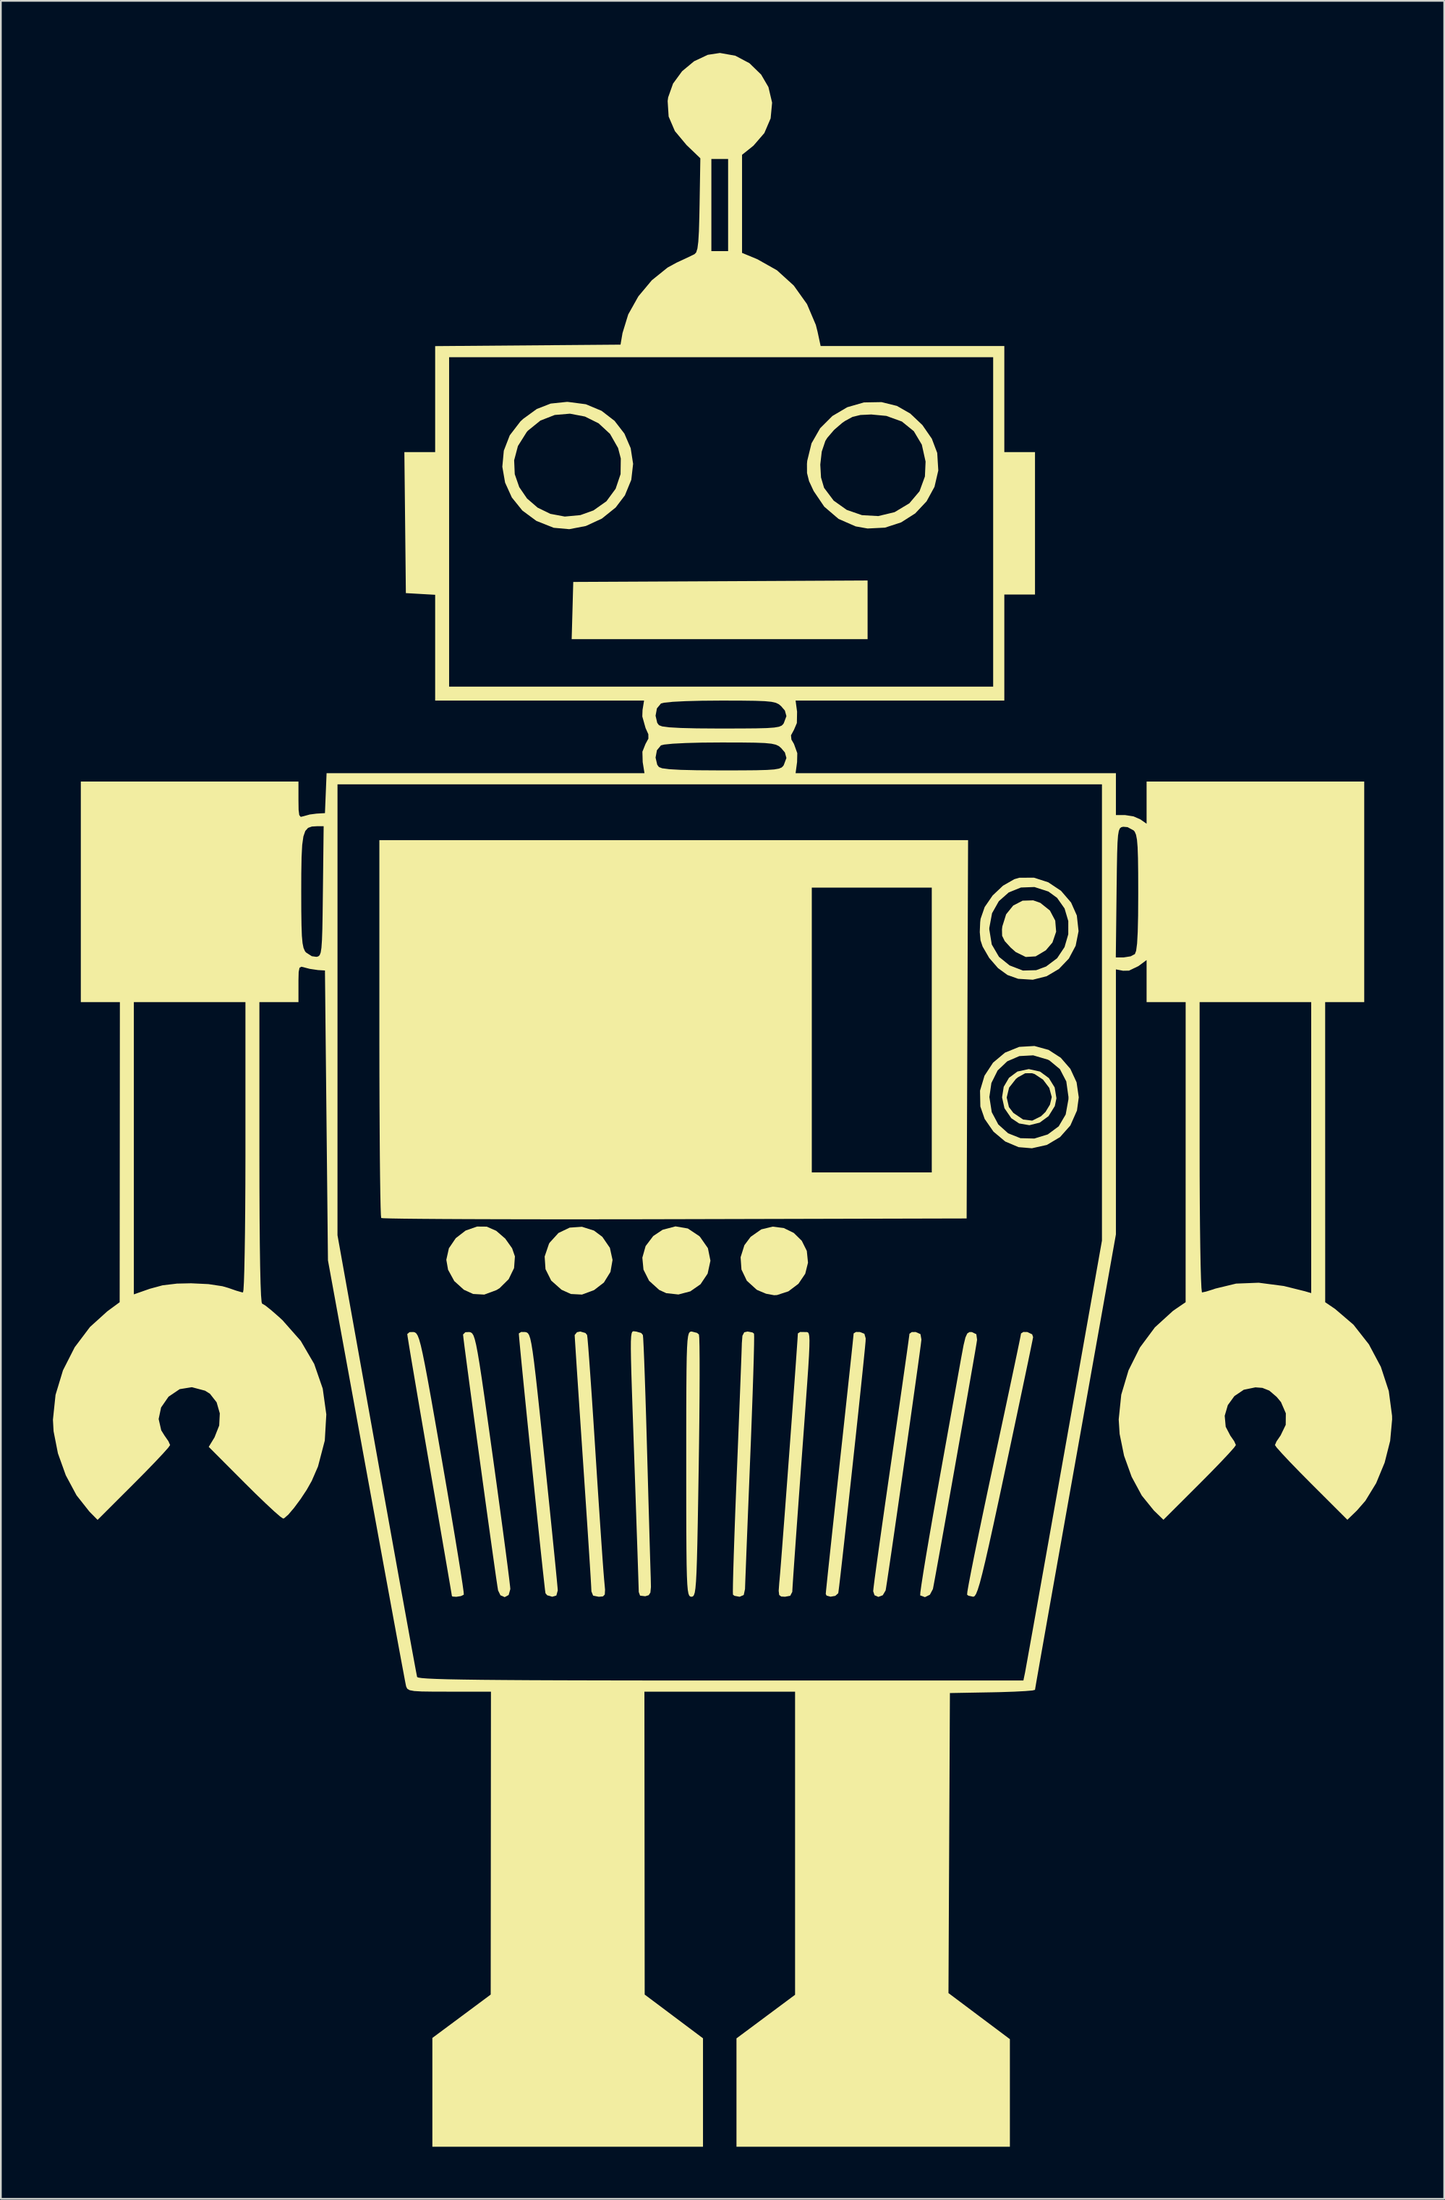
<source format=kicad_pcb>
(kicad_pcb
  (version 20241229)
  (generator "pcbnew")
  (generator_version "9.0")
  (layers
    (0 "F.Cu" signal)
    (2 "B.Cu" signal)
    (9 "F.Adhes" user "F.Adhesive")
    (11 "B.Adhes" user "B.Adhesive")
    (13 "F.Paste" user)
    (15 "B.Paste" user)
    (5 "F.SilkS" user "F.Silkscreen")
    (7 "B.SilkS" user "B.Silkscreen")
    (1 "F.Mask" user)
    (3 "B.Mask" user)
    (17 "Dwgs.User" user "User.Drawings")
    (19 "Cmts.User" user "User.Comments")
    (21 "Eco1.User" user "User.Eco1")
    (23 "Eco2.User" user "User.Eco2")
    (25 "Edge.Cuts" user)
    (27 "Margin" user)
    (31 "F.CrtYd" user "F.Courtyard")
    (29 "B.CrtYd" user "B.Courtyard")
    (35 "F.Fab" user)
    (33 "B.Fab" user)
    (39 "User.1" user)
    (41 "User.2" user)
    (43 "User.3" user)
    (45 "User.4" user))
  (footprint "Robot"
    (layer "F.Cu")
    (at 38.582 60.281)
    (property "Reference" "Robot" (at 0 0 0) (layer "F.SilkS") (effects (font (size 1.524 1.524) (thickness 0.3))))
    (attr board_only exclude_from_pos_files exclude_from_bom)
    (fp_poly (pts (xy 8.359 -26.525) (xy -8.692 -26.525) (xy -8.646 -28.173) (xy -8.601 -29.821) (xy -0.121 -29.862) (xy 8.359 -29.904)) (stroke (width 0) (type solid)) (fill yes) (layer "F.SilkS"))
    (fp_poly (pts (xy -7.407 7.53) (xy -6.925 7.89) (xy -6.49 8.524) (xy -6.337 9.221) (xy -6.457 9.91) (xy -6.837 10.524) (xy -7.401 10.957) (xy -8.098 11.215) (xy -8.738 11.182) (xy -9.276 10.938) (xy -9.87 10.411) (xy -10.2 9.752) (xy -10.249 9.025) (xy -10.001 8.294) (xy -9.963 8.229) (xy -9.454 7.669) (xy -8.808 7.36) (xy -8.101 7.311)) (stroke (width 0) (type solid)) (fill yes) (layer "F.SilkS"))
    (fp_poly (pts (xy -2.001 7.409) (xy -1.347 7.843) (xy -1.298 7.89) (xy -0.843 8.542) (xy -0.696 9.264) (xy -0.858 10.009) (xy -1.268 10.621) (xy -1.856 11.03) (xy -2.541 11.21) (xy -3.243 11.134) (xy -3.649 10.947) (xy -4.232 10.42) (xy -4.555 9.778) (xy -4.62 9.09) (xy -4.432 8.423) (xy -3.994 7.845) (xy -3.453 7.484) (xy -2.711 7.288)) (stroke (width 0) (type solid)) (fill yes) (layer "F.SilkS"))
    (fp_poly (pts (xy 18.312 -11.341) (xy 18.864 -10.899) (xy 19.171 -10.32) (xy 19.223 -9.68) (xy 19.011 -9.058) (xy 18.63 -8.61) (xy 18.042 -8.26) (xy 17.471 -8.225) (xy 16.895 -8.508) (xy 16.602 -8.766) (xy 16.26 -9.141) (xy 16.111 -9.445) (xy 16.102 -9.814) (xy 16.123 -9.987) (xy 16.341 -10.682) (xy 16.749 -11.187) (xy 17.289 -11.467) (xy 17.902 -11.486)) (stroke (width 0) (type solid)) (fill yes) (layer "F.SilkS"))
    (fp_poly (pts (xy -13.588 7.303) (xy -13.042 7.542) (xy -12.522 7.99) (xy -12.126 8.546) (xy -11.962 9.016) (xy -12.011 9.688) (xy -12.323 10.33) (xy -12.844 10.845) (xy -13.031 10.959) (xy -13.729 11.216) (xy -14.371 11.18) (xy -14.903 10.938) (xy -15.457 10.438) (xy -15.815 9.784) (xy -15.915 9.211) (xy -15.766 8.548) (xy -15.371 7.967) (xy -14.805 7.53) (xy -14.143 7.298)) (stroke (width 0) (type solid)) (fill yes) (layer "F.SilkS"))
    (fp_poly (pts (xy 3.531 7.384) (xy 4.108 7.667) (xy 4.567 8.118) (xy 4.857 8.7) (xy 4.925 9.379) (xy 4.766 10.015) (xy 4.375 10.593) (xy 3.797 11.028) (xy 3.142 11.242) (xy 2.974 11.252) (xy 2.508 11.166) (xy 2.01 10.957) (xy 1.96 10.928) (xy 1.4 10.418) (xy 1.091 9.773) (xy 1.042 9.066) (xy 1.26 8.372) (xy 1.62 7.89) (xy 2.235 7.46) (xy 2.889 7.303)) (stroke (width 0) (type solid)) (fill yes) (layer "F.SilkS"))
    (fp_poly (pts (xy 14.108 -4.059) (xy 14.066 6.832) (xy -2.746 6.873) (xy -5.044 6.878) (xy -7.251 6.88) (xy -9.346 6.881) (xy -11.308 6.879) (xy -13.116 6.875) (xy -14.748 6.87) (xy -16.184 6.863) (xy -17.401 6.854) (xy -18.379 6.844) (xy -19.096 6.832) (xy -19.532 6.819) (xy -19.666 6.806) (xy -19.684 6.631) (xy -19.701 6.161) (xy -19.717 5.423) (xy -19.732 4.443) (xy -19.735 4.18) (xy 5.144 4.18) (xy 12.057 4.18) (xy 12.057 -12.218) (xy 5.144 -12.218) (xy 5.144 4.18) (xy -19.735 4.18) (xy -19.745 3.247) (xy -19.755 1.864) (xy -19.764 0.318) (xy -19.77 -1.364) (xy -19.773 -3.154) (xy -19.773 -4.126) (xy -19.773 -14.951) (xy 14.149 -14.951)) (stroke (width 0) (type solid)) (fill yes) (layer "F.SilkS"))
    (fp_poly (pts (xy 18.293 -1.626) (xy 18.805 -1.25) (xy 19.138 -0.712) (xy 19.24 -0.088) (xy 19.147 0.359) (xy 18.787 0.94) (xy 18.273 1.315) (xy 17.682 1.462) (xy 17.09 1.361) (xy 16.638 1.059) (xy 16.244 0.482) (xy 16.109 -0.133) (xy 16.375 -0.133) (xy 16.502 0.418) (xy 16.759 0.755) (xy 17.321 1.135) (xy 17.843 1.199) (xy 18.35 0.948) (xy 18.608 0.701) (xy 18.867 0.276) (xy 18.97 -0.161) (xy 18.828 -0.685) (xy 18.466 -1.164) (xy 17.978 -1.486) (xy 17.83 -1.532) (xy 17.44 -1.529) (xy 17.025 -1.299) (xy 16.905 -1.202) (xy 16.512 -0.702) (xy 16.375 -0.133) (xy 16.109 -0.133) (xy 16.107 -0.143) (xy 16.202 -0.749) (xy 16.506 -1.266) (xy 16.993 -1.629) (xy 17.641 -1.768) (xy 17.654 -1.768)) (stroke (width 0) (type solid)) (fill yes) (layer "F.SilkS"))
    (fp_poly (pts (xy 7.917 13.372) (xy 8.174 13.472) (xy 8.249 13.737) (xy 8.242 13.906) (xy 8.208 14.283) (xy 8.145 14.914) (xy 8.058 15.761) (xy 7.951 16.782) (xy 7.829 17.941) (xy 7.695 19.195) (xy 7.553 20.508) (xy 7.409 21.838) (xy 7.266 23.146) (xy 7.129 24.394) (xy 7.002 25.542) (xy 6.889 26.55) (xy 6.795 27.38) (xy 6.723 27.99) (xy 6.678 28.343) (xy 6.666 28.414) (xy 6.498 28.564) (xy 6.223 28.612) (xy 5.996 28.549) (xy 5.948 28.454) (xy 5.965 28.266) (xy 6.014 27.791) (xy 6.09 27.061) (xy 6.192 26.108) (xy 6.314 24.966) (xy 6.455 23.667) (xy 6.609 22.243) (xy 6.751 20.939) (xy 6.916 19.434) (xy 7.068 18.028) (xy 7.206 16.751) (xy 7.326 15.637) (xy 7.425 14.718) (xy 7.498 14.026) (xy 7.542 13.593) (xy 7.555 13.452) (xy 7.689 13.369)) (stroke (width 0) (type solid)) (fill yes) (layer "F.SilkS"))
    (fp_poly (pts (xy 11.405 13.492) (xy 11.46 13.799) (xy 11.458 13.825) (xy 11.426 14.091) (xy 11.354 14.629) (xy 11.248 15.401) (xy 11.113 16.366) (xy 10.956 17.483) (xy 10.783 18.712) (xy 10.598 20.012) (xy 10.408 21.344) (xy 10.219 22.666) (xy 10.036 23.938) (xy 9.865 25.12) (xy 9.712 26.171) (xy 9.582 27.051) (xy 9.482 27.72) (xy 9.417 28.137) (xy 9.397 28.253) (xy 9.233 28.529) (xy 8.98 28.624) (xy 8.758 28.529) (xy 8.681 28.298) (xy 8.704 28.077) (xy 8.768 27.572) (xy 8.87 26.816) (xy 9.005 25.842) (xy 9.168 24.685) (xy 9.354 23.377) (xy 9.559 21.953) (xy 9.726 20.8) (xy 9.941 19.316) (xy 10.142 17.93) (xy 10.323 16.672) (xy 10.479 15.577) (xy 10.607 14.677) (xy 10.701 14.004) (xy 10.757 13.591) (xy 10.771 13.47) (xy 10.904 13.373) (xy 11.133 13.372)) (stroke (width 0) (type solid)) (fill yes) (layer "F.SilkS"))
    (fp_poly (pts (xy 17.563 13.372) (xy 17.841 13.504) (xy 17.896 13.665) (xy 17.857 13.867) (xy 17.758 14.351) (xy 17.606 15.086) (xy 17.406 16.038) (xy 17.166 17.177) (xy 16.893 18.469) (xy 16.593 19.883) (xy 16.3 21.26) (xy 15.929 22.996) (xy 15.616 24.442) (xy 15.355 25.624) (xy 15.14 26.567) (xy 14.964 27.295) (xy 14.822 27.835) (xy 14.705 28.212) (xy 14.61 28.451) (xy 14.527 28.577) (xy 14.453 28.615) (xy 14.449 28.615) (xy 14.168 28.555) (xy 14.092 28.495) (xy 14.109 28.318) (xy 14.19 27.858) (xy 14.326 27.147) (xy 14.511 26.216) (xy 14.74 25.095) (xy 15.006 23.818) (xy 15.302 22.414) (xy 15.609 20.979) (xy 15.931 19.483) (xy 16.231 18.082) (xy 16.502 16.809) (xy 16.738 15.695) (xy 16.933 14.77) (xy 17.08 14.067) (xy 17.171 13.617) (xy 17.201 13.452) (xy 17.335 13.369)) (stroke (width 0) (type solid)) (fill yes) (layer "F.SilkS"))
    (fp_poly (pts (xy -17.718 13.395) (xy -17.64 13.457) (xy -17.562 13.584) (xy -17.479 13.802) (xy -17.386 14.14) (xy -17.277 14.622) (xy -17.145 15.277) (xy -16.984 16.131) (xy -16.789 17.21) (xy -16.554 18.542) (xy -16.273 20.153) (xy -16.143 20.899) (xy -15.883 22.408) (xy -15.642 23.821) (xy -15.427 25.105) (xy -15.242 26.229) (xy -15.092 27.162) (xy -14.983 27.871) (xy -14.92 28.326) (xy -14.907 28.495) (xy -15.069 28.576) (xy -15.343 28.619) (xy -15.56 28.603) (xy -15.594 28.569) (xy -15.62 28.406) (xy -15.696 27.958) (xy -15.816 27.255) (xy -15.975 26.33) (xy -16.168 25.212) (xy -16.388 23.933) (xy -16.632 22.525) (xy -16.88 21.089) (xy -17.14 19.582) (xy -17.383 18.17) (xy -17.602 16.885) (xy -17.793 15.759) (xy -17.951 14.825) (xy -18.069 14.113) (xy -18.142 13.656) (xy -18.166 13.488) (xy -18.033 13.377) (xy -17.804 13.372)) (stroke (width 0) (type solid)) (fill yes) (layer "F.SilkS"))
    (fp_poly (pts (xy 1.727 13.397) (xy 1.815 13.464) (xy 1.822 13.645) (xy 1.817 14.114) (xy 1.8 14.838) (xy 1.772 15.783) (xy 1.735 16.918) (xy 1.688 18.208) (xy 1.635 19.62) (xy 1.593 20.658) (xy 1.533 22.15) (xy 1.476 23.555) (xy 1.425 24.838) (xy 1.38 25.964) (xy 1.344 26.896) (xy 1.316 27.601) (xy 1.3 28.043) (xy 1.296 28.173) (xy 1.223 28.512) (xy 0.991 28.615) (xy 0.974 28.615) (xy 0.687 28.561) (xy 0.602 28.495) (xy 0.596 28.313) (xy 0.602 27.845) (xy 0.62 27.122) (xy 0.649 26.18) (xy 0.687 25.051) (xy 0.733 23.77) (xy 0.788 22.37) (xy 0.821 21.542) (xy 0.881 20.064) (xy 0.937 18.663) (xy 0.988 17.378) (xy 1.032 16.245) (xy 1.068 15.303) (xy 1.095 14.588) (xy 1.11 14.139) (xy 1.113 14.026) (xy 1.146 13.587) (xy 1.251 13.387) (xy 1.437 13.343)) (stroke (width 0) (type solid)) (fill yes) (layer "F.SilkS"))
    (fp_poly (pts (xy 14.368 13.375) (xy 14.624 13.497) (xy 14.667 13.812) (xy 14.666 13.826) (xy 14.631 14.051) (xy 14.546 14.553) (xy 14.418 15.291) (xy 14.255 16.225) (xy 14.064 17.317) (xy 13.851 18.525) (xy 13.624 19.809) (xy 13.39 21.131) (xy 13.156 22.449) (xy 12.929 23.723) (xy 12.716 24.915) (xy 12.524 25.983) (xy 12.36 26.889) (xy 12.232 27.591) (xy 12.146 28.05) (xy 12.122 28.173) (xy 11.947 28.5) (xy 11.664 28.638) (xy 11.389 28.537) (xy 11.399 28.367) (xy 11.462 27.915) (xy 11.57 27.216) (xy 11.719 26.306) (xy 11.904 25.218) (xy 12.117 23.988) (xy 12.354 22.65) (xy 12.401 22.388) (xy 12.657 20.96) (xy 12.907 19.571) (xy 13.141 18.266) (xy 13.352 17.092) (xy 13.53 16.095) (xy 13.669 15.323) (xy 13.759 14.822) (xy 13.89 14.124) (xy 13.996 13.688) (xy 14.101 13.457) (xy 14.228 13.373)) (stroke (width 0) (type solid)) (fill yes) (layer "F.SilkS"))
    (fp_poly (pts (xy -14.502 13.394) (xy -14.424 13.45) (xy -14.351 13.569) (xy -14.278 13.778) (xy -14.198 14.105) (xy -14.107 14.577) (xy -13.999 15.222) (xy -13.87 16.068) (xy -13.714 17.142) (xy -13.526 18.472) (xy -13.301 20.085) (xy -13.232 20.577) (xy -13.025 22.072) (xy -12.833 23.48) (xy -12.659 24.767) (xy -12.508 25.899) (xy -12.385 26.842) (xy -12.295 27.56) (xy -12.241 28.02) (xy -12.227 28.173) (xy -12.323 28.514) (xy -12.551 28.637) (xy -12.797 28.53) (xy -12.932 28.253) (xy -12.97 28.017) (xy -13.046 27.507) (xy -13.152 26.761) (xy -13.285 25.819) (xy -13.438 24.721) (xy -13.607 23.505) (xy -13.785 22.21) (xy -13.968 20.877) (xy -14.151 19.544) (xy -14.327 18.251) (xy -14.491 17.037) (xy -14.638 15.94) (xy -14.763 15.001) (xy -14.861 14.258) (xy -14.925 13.751) (xy -14.95 13.519) (xy -14.951 13.513) (xy -14.817 13.382) (xy -14.589 13.372)) (stroke (width 0) (type solid)) (fill yes) (layer "F.SilkS"))
    (fp_poly (pts (xy -11.374 13.372) (xy -11.288 13.391) (xy -11.213 13.441) (xy -11.145 13.55) (xy -11.079 13.744) (xy -11.013 14.052) (xy -10.94 14.501) (xy -10.858 15.118) (xy -10.761 15.933) (xy -10.646 16.971) (xy -10.508 18.261) (xy -10.344 19.831) (xy -10.257 20.658) (xy -10.101 22.16) (xy -9.955 23.572) (xy -9.824 24.861) (xy -9.71 25.993) (xy -9.616 26.933) (xy -9.547 27.647) (xy -9.505 28.101) (xy -9.494 28.253) (xy -9.575 28.545) (xy -9.811 28.615) (xy -10.106 28.529) (xy -10.201 28.414) (xy -10.227 28.228) (xy -10.28 27.761) (xy -10.358 27.052) (xy -10.456 26.14) (xy -10.569 25.063) (xy -10.695 23.861) (xy -10.829 22.572) (xy -10.966 21.235) (xy -11.104 19.89) (xy -11.238 18.575) (xy -11.364 17.329) (xy -11.478 16.191) (xy -11.576 15.199) (xy -11.654 14.394) (xy -11.708 13.812) (xy -11.735 13.495) (xy -11.737 13.452) (xy -11.602 13.369)) (stroke (width 0) (type solid)) (fill yes) (layer "F.SilkS"))
    (fp_poly (pts (xy -7.899 13.429) (xy -7.803 13.544) (xy -7.779 13.744) (xy -7.738 14.229) (xy -7.682 14.965) (xy -7.614 15.916) (xy -7.535 17.048) (xy -7.45 18.326) (xy -7.36 19.713) (xy -7.325 20.256) (xy -7.232 21.711) (xy -7.141 23.098) (xy -7.055 24.379) (xy -6.978 25.512) (xy -6.912 26.456) (xy -6.859 27.172) (xy -6.823 27.619) (xy -6.816 27.691) (xy -6.769 28.21) (xy -6.784 28.485) (xy -6.887 28.595) (xy -7.105 28.615) (xy -7.138 28.615) (xy -7.456 28.551) (xy -7.555 28.308) (xy -7.557 28.253) (xy -7.568 28.021) (xy -7.598 27.502) (xy -7.646 26.732) (xy -7.71 25.745) (xy -7.786 24.575) (xy -7.874 23.258) (xy -7.97 21.827) (xy -8.038 20.818) (xy -8.138 19.338) (xy -8.231 17.954) (xy -8.315 16.699) (xy -8.388 15.607) (xy -8.446 14.713) (xy -8.489 14.049) (xy -8.514 13.649) (xy -8.519 13.544) (xy -8.386 13.382) (xy -8.194 13.343)) (stroke (width 0) (type solid)) (fill yes) (layer "F.SilkS"))
    (fp_poly (pts (xy 18.787 -2.875) (xy 19.49 -2.421) (xy 20.042 -1.784) (xy 20.401 -1.009) (xy 20.527 -0.141) (xy 20.423 0.618) (xy 20.043 1.477) (xy 19.446 2.149) (xy 18.689 2.598) (xy 17.826 2.79) (xy 17.06 2.726) (xy 16.288 2.4) (xy 15.611 1.832) (xy 15.104 1.1) (xy 14.856 0.384) (xy 14.845 -0.161) (xy 15.376 -0.161) (xy 15.513 0.712) (xy 15.89 1.419) (xy 16.458 1.929) (xy 17.168 2.21) (xy 17.968 2.23) (xy 18.742 1.992) (xy 19.372 1.526) (xy 19.773 0.845) (xy 19.932 -0.03) (xy 19.934 -0.161) (xy 19.808 -1.059) (xy 19.439 -1.768) (xy 18.839 -2.265) (xy 18.742 -2.314) (xy 17.901 -2.561) (xy 17.105 -2.518) (xy 16.406 -2.217) (xy 15.852 -1.69) (xy 15.492 -0.968) (xy 15.376 -0.161) (xy 14.845 -0.161) (xy 14.837 -0.526) (xy 15.095 -1.388) (xy 15.588 -2.14) (xy 16.275 -2.716) (xy 17.093 -3.048) (xy 17.974 -3.099)) (stroke (width 0) (type solid)) (fill yes) (layer "F.SilkS"))
    (fp_poly (pts (xy -1.467 13.422) (xy -1.36 13.514) (xy -1.341 13.705) (xy -1.328 14.185) (xy -1.321 14.922) (xy -1.32 15.882) (xy -1.325 17.033) (xy -1.336 18.343) (xy -1.353 19.78) (xy -1.373 21.15) (xy -1.401 22.893) (xy -1.426 24.342) (xy -1.45 25.524) (xy -1.474 26.466) (xy -1.499 27.194) (xy -1.528 27.737) (xy -1.561 28.121) (xy -1.6 28.374) (xy -1.648 28.522) (xy -1.704 28.593) (xy -1.771 28.615) (xy -1.79 28.615) (xy -1.86 28.604) (xy -1.917 28.552) (xy -1.964 28.434) (xy -2.002 28.221) (xy -2.031 27.887) (xy -2.053 27.405) (xy -2.069 26.749) (xy -2.079 25.891) (xy -2.086 24.805) (xy -2.089 23.464) (xy -2.09 21.84) (xy -2.09 20.979) (xy -2.09 19.216) (xy -2.088 17.747) (xy -2.083 16.546) (xy -2.075 15.586) (xy -2.063 14.839) (xy -2.044 14.28) (xy -2.019 13.881) (xy -1.985 13.615) (xy -1.943 13.455) (xy -1.89 13.374) (xy -1.826 13.346) (xy -1.778 13.343)) (stroke (width 0) (type solid)) (fill yes) (layer "F.SilkS"))
    (fp_poly (pts (xy -5.083 13.331) (xy -5.005 13.342) (xy -4.978 13.343) (xy -4.684 13.429) (xy -4.589 13.544) (xy -4.571 13.744) (xy -4.546 14.23) (xy -4.515 14.966) (xy -4.48 15.917) (xy -4.442 17.046) (xy -4.402 18.318) (xy -4.362 19.697) (xy -4.351 20.095) (xy -4.31 21.54) (xy -4.272 22.923) (xy -4.235 24.203) (xy -4.203 25.337) (xy -4.175 26.284) (xy -4.153 27) (xy -4.139 27.445) (xy -4.137 27.49) (xy -4.125 28.054) (xy -4.156 28.374) (xy -4.252 28.525) (xy -4.436 28.582) (xy -4.461 28.586) (xy -4.751 28.551) (xy -4.826 28.345) (xy -4.833 28.126) (xy -4.849 27.62) (xy -4.874 26.864) (xy -4.906 25.892) (xy -4.946 24.738) (xy -4.99 23.439) (xy -5.038 22.03) (xy -5.063 21.301) (xy -5.126 19.491) (xy -5.179 17.977) (xy -5.221 16.731) (xy -5.253 15.729) (xy -5.273 14.944) (xy -5.282 14.35) (xy -5.28 13.92) (xy -5.265 13.629) (xy -5.238 13.451) (xy -5.199 13.359) (xy -5.148 13.328)) (stroke (width 0) (type solid)) (fill yes) (layer "F.SilkS"))
    (fp_poly (pts (xy 4.702 13.372) (xy 4.791 13.375) (xy 4.865 13.374) (xy 4.925 13.396) (xy 4.969 13.465) (xy 4.998 13.609) (xy 5.01 13.852) (xy 5.004 14.22) (xy 4.981 14.741) (xy 4.939 15.439) (xy 4.877 16.34) (xy 4.796 17.47) (xy 4.695 18.855) (xy 4.572 20.522) (xy 4.497 21.542) (xy 4.393 22.965) (xy 4.297 24.294) (xy 4.211 25.494) (xy 4.138 26.529) (xy 4.08 27.364) (xy 4.04 27.963) (xy 4.021 28.289) (xy 4.019 28.334) (xy 3.902 28.559) (xy 3.604 28.615) (xy 3.38 28.602) (xy 3.265 28.513) (xy 3.236 28.275) (xy 3.269 27.813) (xy 3.289 27.61) (xy 3.317 27.286) (xy 3.365 26.697) (xy 3.428 25.884) (xy 3.504 24.888) (xy 3.591 23.75) (xy 3.684 22.511) (xy 3.781 21.21) (xy 3.879 19.889) (xy 3.975 18.589) (xy 4.066 17.35) (xy 4.149 16.213) (xy 4.221 15.218) (xy 4.278 14.407) (xy 4.319 13.819) (xy 4.339 13.497) (xy 4.34 13.452) (xy 4.474 13.369)) (stroke (width 0) (type solid)) (fill yes) (layer "F.SilkS"))
    (fp_poly (pts (xy 18.77 -12.525) (xy 19.506 -12.033) (xy 20.083 -11.362) (xy 20.415 -10.615) (xy 20.515 -9.71) (xy 20.347 -8.87) (xy 19.955 -8.132) (xy 19.384 -7.535) (xy 18.677 -7.117) (xy 17.879 -6.915) (xy 17.034 -6.968) (xy 16.417 -7.188) (xy 15.873 -7.585) (xy 15.364 -8.172) (xy 14.986 -8.825) (xy 14.865 -9.187) (xy 14.823 -9.655) (xy 14.829 -9.816) (xy 15.371 -9.816) (xy 15.513 -8.945) (xy 15.93 -8.233) (xy 16.542 -7.738) (xy 17.31 -7.443) (xy 18.075 -7.465) (xy 18.645 -7.677) (xy 19.28 -8.153) (xy 19.707 -8.794) (xy 19.922 -9.531) (xy 19.923 -10.295) (xy 19.709 -11.017) (xy 19.277 -11.63) (xy 18.776 -11.994) (xy 17.971 -12.253) (xy 17.193 -12.225) (xy 16.492 -11.942) (xy 15.921 -11.437) (xy 15.53 -10.744) (xy 15.372 -9.895) (xy 15.371 -9.816) (xy 14.829 -9.816) (xy 14.847 -10.235) (xy 14.87 -10.422) (xy 15.106 -11.102) (xy 15.564 -11.767) (xy 16.16 -12.33) (xy 16.813 -12.704) (xy 17.099 -12.787) (xy 17.944 -12.792)) (stroke (width 0) (type solid)) (fill yes) (layer "F.SilkS"))
    (fp_poly (pts (xy -7.875 -40.053) (xy -6.967 -39.673) (xy -6.219 -39.095) (xy -5.654 -38.363) (xy -5.292 -37.524) (xy -5.152 -36.621) (xy -5.257 -35.701) (xy -5.625 -34.807) (xy -6.157 -34.107) (xy -6.953 -33.468) (xy -7.873 -33.043) (xy -8.831 -32.859) (xy -9.726 -32.939) (xy -10.725 -33.335) (xy -11.534 -33.933) (xy -12.14 -34.684) (xy -12.529 -35.541) (xy -12.688 -36.455) (xy -12.653 -36.827) (xy -12.007 -36.827) (xy -11.972 -36.026) (xy -11.713 -35.28) (xy -11.265 -34.626) (xy -10.657 -34.101) (xy -9.921 -33.742) (xy -9.088 -33.586) (xy -8.191 -33.669) (xy -7.435 -33.94) (xy -6.688 -34.468) (xy -6.159 -35.187) (xy -5.874 -36.03) (xy -5.861 -36.929) (xy -6.018 -37.532) (xy -6.483 -38.347) (xy -7.141 -38.955) (xy -7.931 -39.346) (xy -8.793 -39.51) (xy -9.667 -39.436) (xy -10.494 -39.113) (xy -11.214 -38.531) (xy -11.286 -38.448) (xy -11.789 -37.647) (xy -12.007 -36.827) (xy -12.653 -36.827) (xy -12.602 -37.379) (xy -12.259 -38.265) (xy -11.646 -39.063) (xy -11.491 -39.207) (xy -10.705 -39.779) (xy -9.901 -40.092) (xy -8.962 -40.19) (xy -8.926 -40.19)) (stroke (width 0) (type solid)) (fill yes) (layer "F.SilkS"))
    (fp_poly (pts (xy 10.049 -39.957) (xy 10.818 -39.517) (xy 11.516 -38.856) (xy 12.061 -38.068) (xy 12.371 -37.249) (xy 12.433 -36.24) (xy 12.214 -35.298) (xy 11.757 -34.462) (xy 11.103 -33.767) (xy 10.29 -33.25) (xy 9.362 -32.948) (xy 8.357 -32.898) (xy 7.67 -33.02) (xy 6.684 -33.451) (xy 5.862 -34.154) (xy 5.252 -35.054) (xy 4.986 -35.624) (xy 4.869 -36.09) (xy 4.866 -36.577) (xy 5.633 -36.577) (xy 5.675 -35.837) (xy 5.849 -35.246) (xy 5.852 -35.239) (xy 6.406 -34.502) (xy 7.157 -33.97) (xy 8.036 -33.666) (xy 8.974 -33.614) (xy 9.902 -33.836) (xy 9.926 -33.846) (xy 10.766 -34.35) (xy 11.35 -35.041) (xy 11.662 -35.894) (xy 11.7 -36.752) (xy 11.483 -37.727) (xy 11.022 -38.501) (xy 10.335 -39.058) (xy 9.438 -39.382) (xy 8.57 -39.464) (xy 7.944 -39.435) (xy 7.49 -39.325) (xy 7.059 -39.091) (xy 6.899 -38.981) (xy 6.43 -38.578) (xy 6.037 -38.12) (xy 5.925 -37.942) (xy 5.717 -37.325) (xy 5.633 -36.577) (xy 4.866 -36.577) (xy 4.865 -36.609) (xy 4.881 -36.796) (xy 5.128 -37.803) (xy 5.627 -38.674) (xy 6.331 -39.377) (xy 7.188 -39.882) (xy 8.148 -40.158) (xy 9.163 -40.176)) (stroke (width 0) (type solid)) (fill yes) (layer "F.SilkS"))
    (fp_poly (pts (xy 0.736 -60.123) (xy 1.551 -59.692) (xy 2.225 -59.037) (xy 2.645 -58.318) (xy 2.857 -57.419) (xy 2.772 -56.514) (xy 2.41 -55.669) (xy 1.787 -54.947) (xy 1.705 -54.88) (xy 1.125 -54.417) (xy 1.125 -48.769) (xy 2.009 -48.403) (xy 3.136 -47.768) (xy 4.105 -46.889) (xy 4.867 -45.821) (xy 5.376 -44.623) (xy 5.475 -44.234) (xy 5.653 -43.405) (xy 16.237 -43.405) (xy 16.237 -37.296) (xy 18.005 -37.296) (xy 18.005 -29.097) (xy 16.237 -29.097) (xy 16.237 -22.989) (xy 4.21 -22.989) (xy 4.296 -22.349) (xy 4.284 -21.698) (xy 4.116 -21.304) (xy 3.945 -20.989) (xy 3.97 -20.743) (xy 4.116 -20.493) (xy 4.308 -19.962) (xy 4.296 -19.449) (xy 4.21 -18.809) (xy 22.667 -18.809) (xy 22.667 -16.397) (xy 23.194 -16.397) (xy 23.684 -16.32) (xy 24.078 -16.147) (xy 24.435 -15.897) (xy 24.435 -18.327) (xy 36.975 -18.327) (xy 36.975 -5.627) (xy 34.724 -5.627) (xy 34.725 3.014) (xy 34.726 11.655) (xy 35.298 12.044) (xy 36.354 12.948) (xy 37.244 14.081) (xy 37.933 15.376) (xy 38.39 16.77) (xy 38.579 18.197) (xy 38.582 18.407) (xy 38.469 19.642) (xy 38.151 20.894) (xy 37.663 22.074) (xy 37.041 23.092) (xy 36.558 23.646) (xy 36.004 24.183) (xy 33.917 22.101) (xy 33.254 21.432) (xy 32.678 20.838) (xy 32.225 20.355) (xy 31.93 20.023) (xy 31.83 19.881) (xy 31.921 19.67) (xy 32.141 19.349) (xy 32.152 19.335) (xy 32.451 18.718) (xy 32.458 18.053) (xy 32.178 17.406) (xy 31.927 17.105) (xy 31.507 16.746) (xy 31.108 16.588) (xy 30.705 16.558) (xy 30.036 16.695) (xy 29.494 17.06) (xy 29.115 17.582) (xy 28.936 18.195) (xy 28.993 18.827) (xy 29.258 19.335) (xy 29.482 19.658) (xy 29.58 19.877) (xy 29.58 19.881) (xy 29.471 20.034) (xy 29.169 20.373) (xy 28.71 20.861) (xy 28.129 21.46) (xy 27.493 22.101) (xy 25.406 24.183) (xy 24.852 23.646) (xy 24.158 22.789) (xy 23.574 21.709) (xy 23.137 20.496) (xy 22.881 19.24) (xy 22.828 18.407) (xy 22.975 16.98) (xy 23.394 15.577) (xy 24.051 14.263) (xy 24.913 13.103) (xy 25.947 12.161) (xy 26.113 12.044) (xy 26.684 11.655) (xy 26.685 3.014) (xy 26.685 2.733) (xy 27.49 2.733) (xy 27.492 4.371) (xy 27.5 5.896) (xy 27.512 7.28) (xy 27.528 8.494) (xy 27.547 9.509) (xy 27.57 10.297) (xy 27.595 10.83) (xy 27.622 11.078) (xy 27.63 11.092) (xy 27.86 11.043) (xy 28.26 10.919) (xy 28.398 10.871) (xy 29.592 10.583) (xy 30.895 10.533) (xy 32.343 10.722) (xy 33.559 11.024) (xy 33.92 11.13) (xy 33.92 -5.627) (xy 27.49 -5.627) (xy 27.49 2.733) (xy 26.685 2.733) (xy 26.686 -5.627) (xy 24.435 -5.627) (xy 24.435 -8.048) (xy 23.966 -7.7) (xy 23.423 -7.439) (xy 23.081 -7.432) (xy 22.667 -7.511) (xy 22.667 7.75) (xy 20.336 20.816) (xy 19.978 22.821) (xy 19.638 24.735) (xy 19.318 26.534) (xy 19.023 28.194) (xy 18.757 29.692) (xy 18.525 31.004) (xy 18.33 32.106) (xy 18.177 32.976) (xy 18.07 33.589) (xy 18.013 33.922) (xy 18.005 33.977) (xy 17.853 34.013) (xy 17.436 34.048) (xy 16.806 34.081) (xy 16.021 34.107) (xy 15.553 34.117) (xy 13.102 34.161) (xy 13.06 42.8) (xy 13.019 51.438) (xy 14.788 52.764) (xy 16.558 54.09) (xy 16.558 60.285) (xy 0.804 60.285) (xy 0.804 54.046) (xy 4.18 51.535) (xy 4.18 34.081) (xy -4.501 34.081) (xy -4.493 42.802) (xy -4.485 51.523) (xy -1.125 54.042) (xy -1.125 60.285) (xy -16.719 60.285) (xy -16.719 54.02) (xy -15.038 52.772) (xy -13.357 51.523) (xy -13.35 42.802) (xy -13.343 34.081) (xy -15.751 34.081) (xy -16.677 34.079) (xy -17.331 34.07) (xy -17.763 34.045) (xy -18.022 33.997) (xy -18.158 33.92) (xy -18.221 33.806) (xy -18.244 33.719) (xy -18.286 33.506) (xy -18.38 33.002) (xy -18.524 32.232) (xy -18.711 31.222) (xy -18.937 29.996) (xy -19.197 28.58) (xy -19.488 26.999) (xy -19.803 25.278) (xy -20.139 23.443) (xy -20.491 21.519) (xy -20.531 21.301) (xy -22.735 9.244) (xy -22.75 7.797) (xy -22.186 7.797) (xy -19.923 20.416) (xy -19.569 22.39) (xy -19.23 24.274) (xy -18.911 26.044) (xy -18.617 27.675) (xy -18.35 29.145) (xy -18.117 30.427) (xy -17.922 31.499) (xy -17.768 32.335) (xy -17.661 32.912) (xy -17.604 33.206) (xy -17.597 33.237) (xy -17.526 33.27) (xy -17.327 33.299) (xy -16.985 33.325) (xy -16.483 33.348) (xy -15.807 33.368) (xy -14.943 33.384) (xy -13.874 33.399) (xy -12.586 33.41) (xy -11.063 33.42) (xy -9.292 33.427) (xy -7.255 33.432) (xy -4.939 33.436) (xy -2.328 33.438) (xy -0.098 33.438) (xy 17.336 33.438) (xy 17.428 32.996) (xy 17.47 32.77) (xy 17.563 32.253) (xy 17.704 31.47) (xy 17.888 30.446) (xy 18.11 29.207) (xy 18.365 27.778) (xy 18.649 26.184) (xy 18.958 24.45) (xy 19.287 22.602) (xy 19.631 20.665) (xy 19.691 20.33) (xy 21.863 8.107) (xy 21.863 -8.199) (xy 22.661 -8.199) (xy 23.114 -8.199) (xy 23.517 -8.263) (xy 23.76 -8.392) (xy 23.832 -8.58) (xy 23.887 -8.996) (xy 23.924 -9.663) (xy 23.946 -10.604) (xy 23.953 -11.842) (xy 23.953 -11.917) (xy 23.95 -13.058) (xy 23.939 -13.921) (xy 23.917 -14.548) (xy 23.88 -14.981) (xy 23.826 -15.263) (xy 23.751 -15.437) (xy 23.692 -15.51) (xy 23.34 -15.701) (xy 23.089 -15.723) (xy 22.98 -15.698) (xy 22.897 -15.633) (xy 22.835 -15.488) (xy 22.79 -15.224) (xy 22.759 -14.803) (xy 22.738 -14.186) (xy 22.722 -13.333) (xy 22.707 -12.205) (xy 22.704 -11.936) (xy 22.661 -8.199) (xy 21.863 -8.199) (xy 21.863 -18.166) (xy -22.185 -18.166) (xy -22.185 -5.184) (xy -22.186 7.797) (xy -22.75 7.797) (xy -22.822 0.898) (xy -22.908 -7.447) (xy -23.31 -7.471) (xy -23.79 -7.542) (xy -24.074 -7.616) (xy -24.267 -7.664) (xy -24.375 -7.601) (xy -24.423 -7.364) (xy -24.435 -6.888) (xy -24.435 -6.682) (xy -24.435 -5.627) (xy -26.686 -5.627) (xy -26.686 3.054) (xy -26.683 5.053) (xy -26.675 6.816) (xy -26.661 8.33) (xy -26.643 9.583) (xy -26.619 10.561) (xy -26.591 11.253) (xy -26.558 11.645) (xy -26.531 11.735) (xy -26.351 11.839) (xy -26.003 12.115) (xy -25.549 12.512) (xy -25.351 12.695) (xy -24.303 13.882) (xy -23.529 15.207) (xy -23.036 16.631) (xy -22.83 18.116) (xy -22.918 19.623) (xy -23.309 21.115) (xy -23.669 21.944) (xy -23.957 22.454) (xy -24.314 22.994) (xy -24.685 23.494) (xy -25.018 23.885) (xy -25.259 24.096) (xy -25.315 24.114) (xy -25.478 24.005) (xy -25.827 23.703) (xy -26.322 23.243) (xy -26.925 22.663) (xy -27.545 22.049) (xy -29.605 19.984) (xy -29.272 19.437) (xy -29.002 18.756) (xy -28.967 18.056) (xy -29.15 17.419) (xy -29.536 16.925) (xy -29.816 16.75) (xy -30.578 16.548) (xy -31.278 16.661) (xy -31.91 17.088) (xy -31.927 17.105) (xy -32.35 17.716) (xy -32.491 18.381) (xy -32.342 19.031) (xy -32.152 19.335) (xy -31.928 19.658) (xy -31.831 19.877) (xy -31.83 19.881) (xy -31.939 20.034) (xy -32.241 20.373) (xy -32.7 20.861) (xy -33.281 21.46) (xy -33.92 22.104) (xy -36.009 24.189) (xy -36.483 23.709) (xy -37.224 22.772) (xy -37.841 21.622) (xy -38.294 20.36) (xy -38.545 19.084) (xy -38.582 18.423) (xy -38.432 16.99) (xy -38.003 15.576) (xy -37.329 14.25) (xy -36.446 13.08) (xy -35.454 12.183) (xy -34.737 11.655) (xy -34.736 11.203) (xy -33.92 11.203) (xy -32.996 10.88) (xy -32.265 10.682) (xy -31.437 10.583) (xy -30.625 10.565) (xy -29.624 10.612) (xy -28.816 10.734) (xy -28.474 10.833) (xy -28.026 10.988) (xy -27.704 11.081) (xy -27.63 11.092) (xy -27.603 10.936) (xy -27.577 10.487) (xy -27.554 9.774) (xy -27.534 8.825) (xy -27.516 7.668) (xy -27.503 6.333) (xy -27.494 4.848) (xy -27.49 3.241) (xy -27.49 2.733) (xy -27.49 -5.627) (xy -33.92 -5.627) (xy -33.92 11.203) (xy -34.736 11.203) (xy -34.73 3.014) (xy -34.724 -5.627) (xy -36.975 -5.627) (xy -36.975 -12.018) (xy -24.275 -12.018) (xy -24.272 -10.898) (xy -24.26 -10.056) (xy -24.238 -9.446) (xy -24.199 -9.024) (xy -24.143 -8.746) (xy -24.064 -8.567) (xy -24.002 -8.486) (xy -23.668 -8.27) (xy -23.399 -8.232) (xy -23.294 -8.258) (xy -23.213 -8.329) (xy -23.153 -8.483) (xy -23.11 -8.76) (xy -23.08 -9.197) (xy -23.058 -9.836) (xy -23.042 -10.713) (xy -23.028 -11.869) (xy -23.026 -12.017) (xy -22.983 -15.754) (xy -23.376 -15.754) (xy -23.662 -15.737) (xy -23.881 -15.659) (xy -24.04 -15.482) (xy -24.15 -15.167) (xy -24.219 -14.678) (xy -24.256 -13.975) (xy -24.272 -13.02) (xy -24.275 -12.018) (xy -36.975 -12.018) (xy -36.975 -18.327) (xy -24.435 -18.327) (xy -24.435 -17.264) (xy -24.427 -16.7) (xy -24.389 -16.396) (xy -24.304 -16.292) (xy -24.154 -16.327) (xy -23.786 -16.429) (xy -23.391 -16.48) (xy -22.908 -16.508) (xy -22.861 -17.658) (xy -22.814 -18.809) (xy -4.497 -18.809) (xy -4.6 -19.449) (xy -4.607 -19.706) (xy -3.858 -19.706) (xy -3.763 -19.297) (xy -3.665 -19.163) (xy -3.48 -19.091) (xy -3.069 -19.038) (xy -2.41 -19) (xy -1.479 -18.978) (xy -0.253 -18.97) (xy -0.054 -18.97) (xy 1.081 -18.971) (xy 1.937 -18.978) (xy 2.555 -18.995) (xy 2.978 -19.024) (xy 3.249 -19.071) (xy 3.408 -19.137) (xy 3.499 -19.227) (xy 3.531 -19.281) (xy 3.682 -19.683) (xy 3.593 -20.003) (xy 3.376 -20.256) (xy 3.245 -20.367) (xy 3.076 -20.449) (xy 2.821 -20.506) (xy 2.434 -20.544) (xy 1.87 -20.565) (xy 1.081 -20.575) (xy 0.021 -20.577) (xy -0.091 -20.577) (xy -1.191 -20.569) (xy -2.131 -20.544) (xy -2.868 -20.506) (xy -3.36 -20.457) (xy -3.547 -20.411) (xy -3.781 -20.127) (xy -3.858 -19.706) (xy -4.607 -19.706) (xy -4.617 -20.044) (xy -4.437 -20.495) (xy -4.272 -20.797) (xy -4.275 -21.053) (xy -4.434 -21.406) (xy -4.622 -22.073) (xy -4.621 -22.117) (xy -3.858 -22.117) (xy -3.763 -21.709) (xy -3.665 -21.574) (xy -3.48 -21.503) (xy -3.069 -21.449) (xy -2.41 -21.412) (xy -1.479 -21.389) (xy -0.253 -21.381) (xy -0.054 -21.381) (xy 1.081 -21.383) (xy 1.937 -21.39) (xy 2.555 -21.406) (xy 2.978 -21.436) (xy 3.249 -21.482) (xy 3.408 -21.548) (xy 3.499 -21.638) (xy 3.531 -21.692) (xy 3.682 -22.094) (xy 3.593 -22.415) (xy 3.376 -22.667) (xy 3.245 -22.778) (xy 3.076 -22.86) (xy 2.821 -22.918) (xy 2.434 -22.955) (xy 1.87 -22.976) (xy 1.081 -22.986) (xy 0.021 -22.989) (xy -0.091 -22.989) (xy -1.191 -22.98) (xy -2.131 -22.956) (xy -2.868 -22.918) (xy -3.36 -22.868) (xy -3.547 -22.822) (xy -3.781 -22.538) (xy -3.858 -22.117) (xy -4.621 -22.117) (xy -4.609 -22.451) (xy -4.521 -22.989) (xy -16.558 -22.989) (xy -16.558 -23.792) (xy -15.754 -23.792) (xy 15.594 -23.792) (xy 15.594 -42.762) (xy -15.754 -42.762) (xy -15.754 -23.792) (xy -16.558 -23.792) (xy -16.558 -29.081) (xy -17.402 -29.129) (xy -18.246 -29.178) (xy -18.289 -33.237) (xy -18.332 -37.296) (xy -16.558 -37.296) (xy -16.558 -43.401) (xy -5.877 -43.485) (xy -5.763 -44.152) (xy -5.434 -45.225) (xy -4.85 -46.265) (xy -4.075 -47.192) (xy -3.169 -47.922) (xy -2.648 -48.207) (xy -2.153 -48.436) (xy -1.754 -48.626) (xy -1.608 -48.699) (xy -1.515 -48.801) (xy -1.494 -48.871) (xy -0.643 -48.871) (xy 0.322 -48.871) (xy 0.322 -54.176) (xy -0.643 -54.176) (xy -0.643 -48.871) (xy -1.494 -48.871) (xy -1.446 -49.025) (xy -1.396 -49.415) (xy -1.36 -50.014) (xy -1.335 -50.865) (xy -1.322 -51.521) (xy -1.278 -54.216) (xy -2.074 -54.98) (xy -2.746 -55.784) (xy -3.105 -56.62) (xy -3.162 -57.511) (xy -3.133 -57.725) (xy -2.851 -58.518) (xy -2.328 -59.232) (xy -1.637 -59.805) (xy -0.85 -60.174) (xy -0.15 -60.281)) (stroke (width 0) (type solid)) (fill yes) (layer "F.SilkS")))
  (gr_rect
    (start -3 -3)
    (end 80.165 123.566)
    (stroke (width 0.1) (type default))
    (fill no)
    (layer "Edge.Cuts")))
</source>
